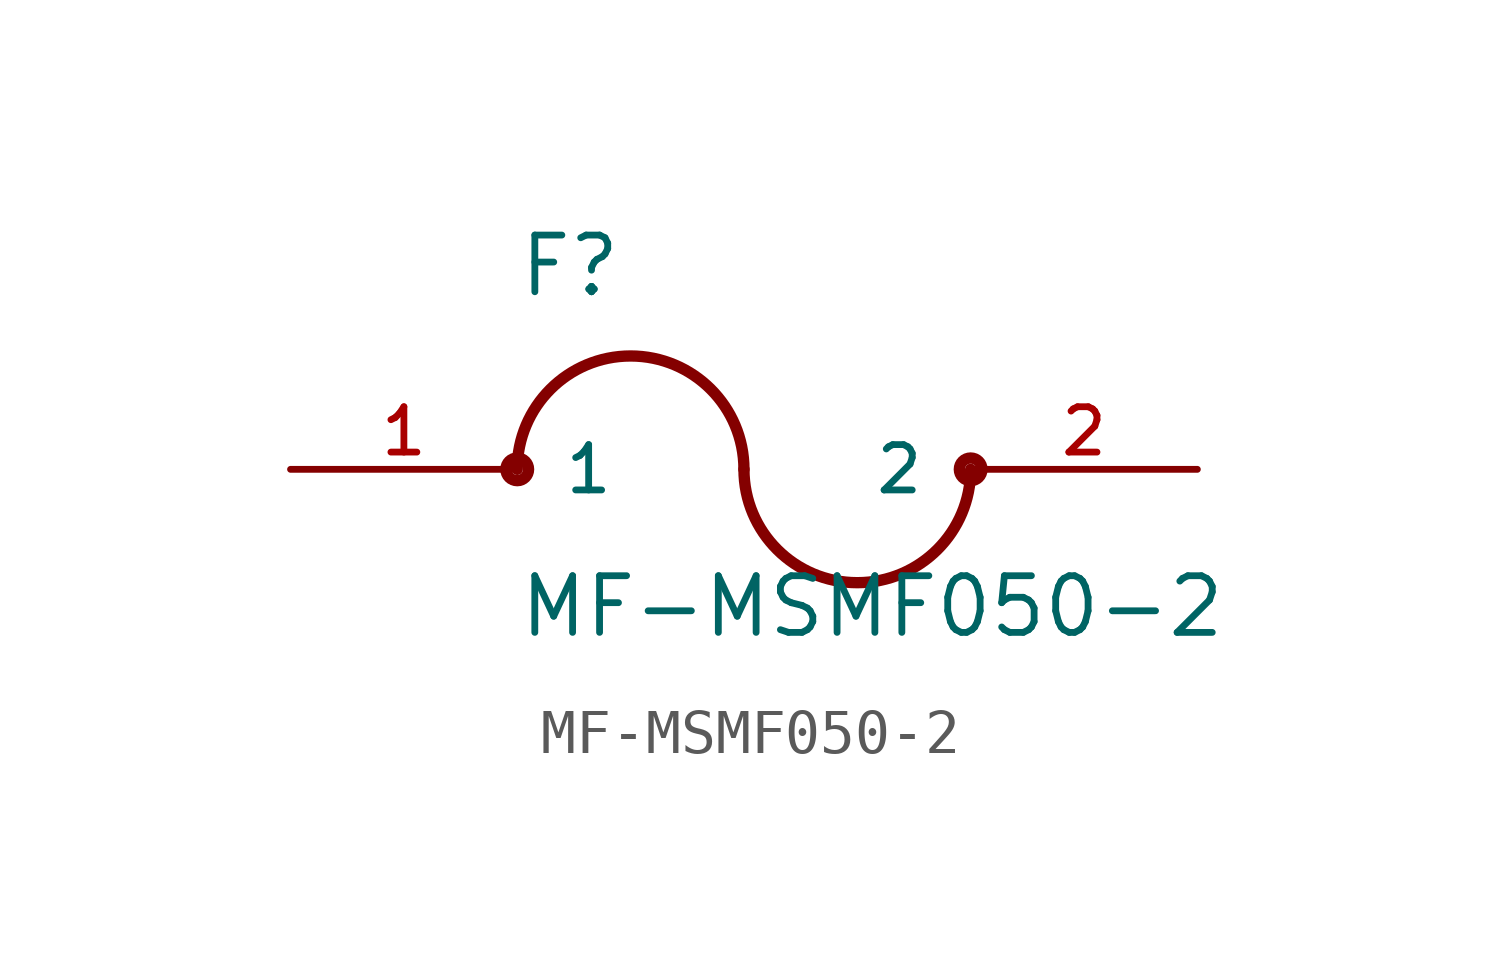
<source format=kicad_sym>
(kicad_symbol_lib
  (version 20231120)
  (generator "kicad_symbol_editor")
  (generator_version "8.0")
  (symbol "MF-MSMF050-2"
    (pin_names
      (offset 1.016))
    (property "Reference" "F"
      (at -5.088 3.816 0)
      (effects (font (size 1.27 1.27)) (justify left bottom)))
    (property "Value" "MF-MSMF050-2"
      (at -5.089 -3.817 0)
      (effects (font (size 1.27 1.27)) (justify left bottom)))
    (symbol "MF-MSMF050-2_0_0"
      (circle (center -5.08 0) (radius 0.254) (stroke (width 0.254) (type default)) (fill (type none)))
      (arc (start 0 0) (mid -2.54 2.529) (end -5.08 0) (stroke (width 0.254) (type default)) (fill (type none)))
      (arc (start 0 0) (mid 2.54 -2.529) (end 5.08 0) (stroke (width 0.254) (type default)) (fill (type none)))
      (circle (center 5.08 0) (radius 0.254) (stroke (width 0.254) (type default)) (fill (type none)))
      (pin passive line (at -10.16 0 0) (length 5.08) (name "1" (effects (font (size 1.016 1.016)))) (number "1" (effects (font (size 1.016 1.016)))))
      (pin passive line (at 10.16 0 180) (length 5.08) (name "2" (effects (font (size 1.016 1.016)))) (number "2" (effects (font (size 1.016 1.016))))))))
</source>
